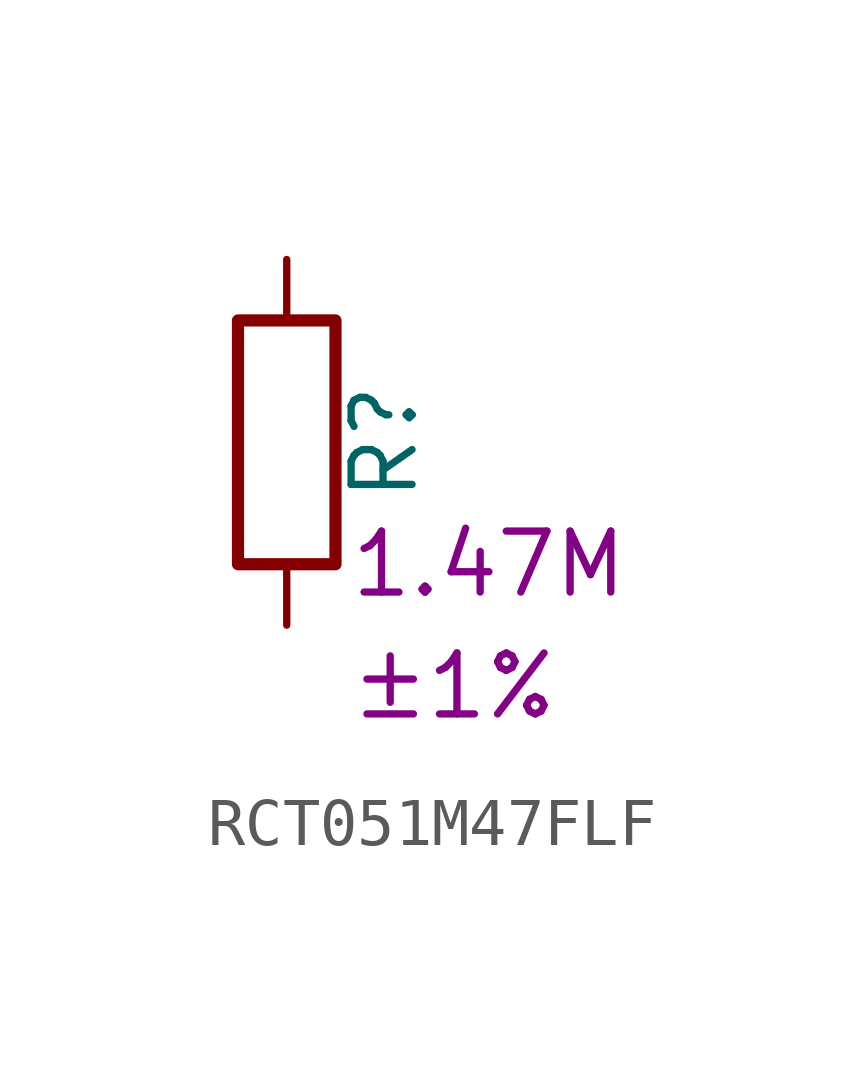
<source format=kicad_sym>
(kicad_symbol_lib
  (version 20220914)
  (generator kicad_symbol_editor)
  (symbol "RCT051M47FLF"
    (pin_numbers hide)
    (pin_names
      (offset 0))
    (property "Reference" "R"
      (at 2.032 0 90)
      (effects (font (size 1.27 1.27))))
    (property "Resistance" "1.47M"
      (at 1.27 -2.54 0)
      (effects (font (size 1.27 1.27)) (justify left)))
    (property "Tolerance" "±1%"
      (at 1.27 -5.08 0)
      (effects (font (size 1.27 1.27)) (justify left)))
    (symbol "RCT051M47FLF_0_1"
      (rectangle (start -1.016 -2.54) (end 1.016 2.54) (stroke (width 0.254) (type default)) (fill (type none))))
    (symbol "RCT051M47FLF_1_1"
      (pin passive line (at 0 3.81 270) (length 1.27) (name "~" (effects (font (size 1.27 1.27)))) (number "1" (effects (font (size 1.27 1.27)))))
      (pin passive line (at 0 -3.81 90) (length 1.27) (name "~" (effects (font (size 1.27 1.27)))) (number "2" (effects (font (size 1.27 1.27))))))))
</source>
